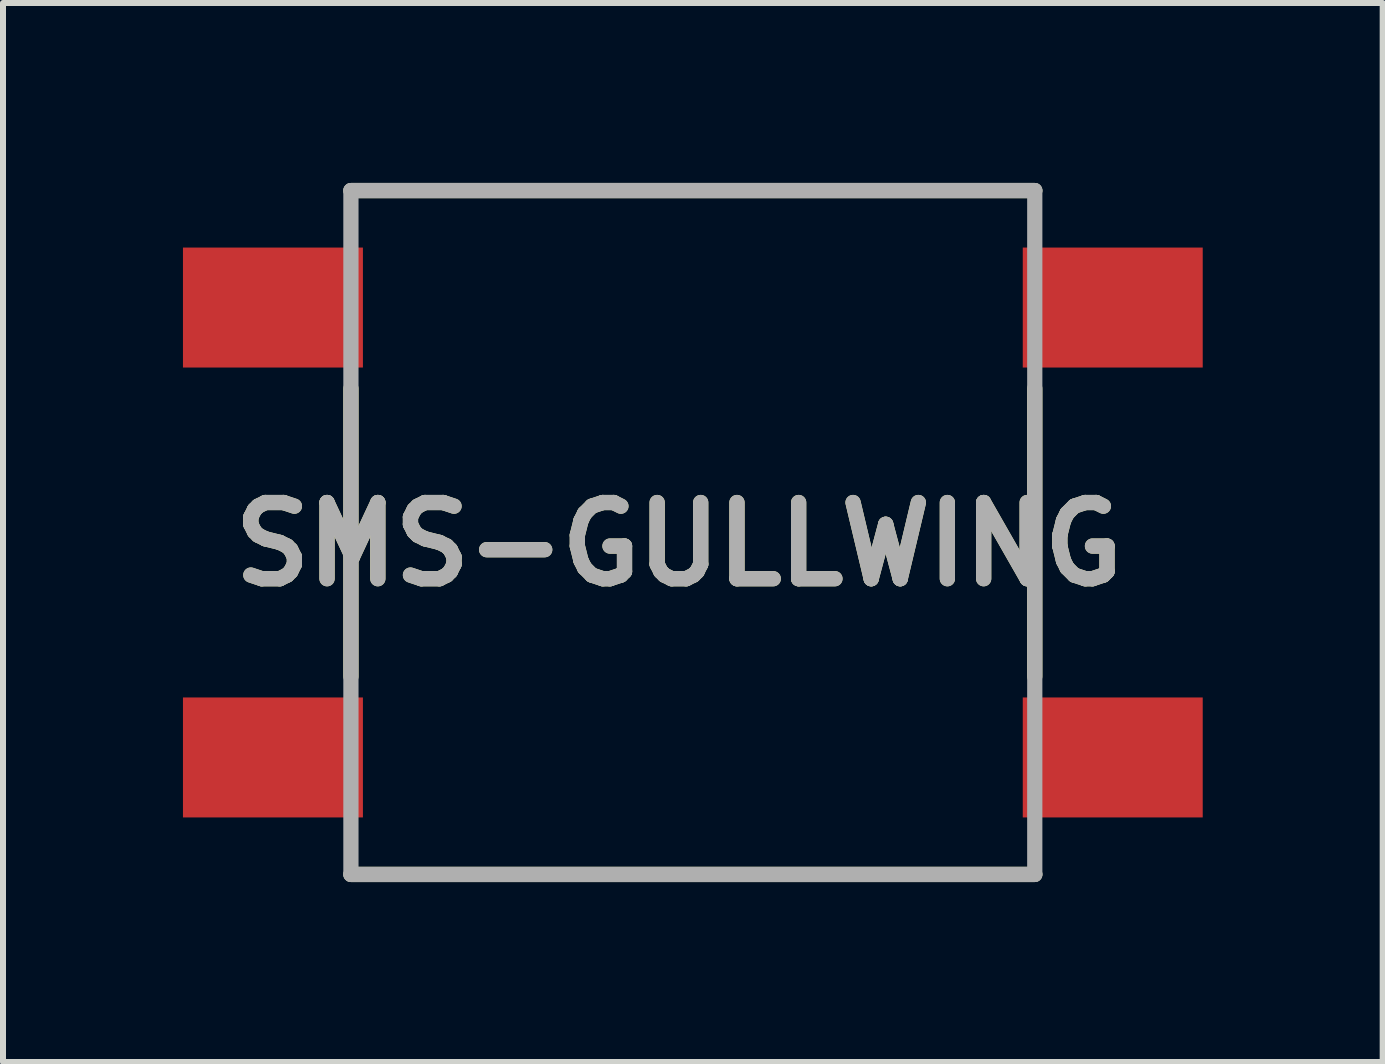
<source format=kicad_pcb>
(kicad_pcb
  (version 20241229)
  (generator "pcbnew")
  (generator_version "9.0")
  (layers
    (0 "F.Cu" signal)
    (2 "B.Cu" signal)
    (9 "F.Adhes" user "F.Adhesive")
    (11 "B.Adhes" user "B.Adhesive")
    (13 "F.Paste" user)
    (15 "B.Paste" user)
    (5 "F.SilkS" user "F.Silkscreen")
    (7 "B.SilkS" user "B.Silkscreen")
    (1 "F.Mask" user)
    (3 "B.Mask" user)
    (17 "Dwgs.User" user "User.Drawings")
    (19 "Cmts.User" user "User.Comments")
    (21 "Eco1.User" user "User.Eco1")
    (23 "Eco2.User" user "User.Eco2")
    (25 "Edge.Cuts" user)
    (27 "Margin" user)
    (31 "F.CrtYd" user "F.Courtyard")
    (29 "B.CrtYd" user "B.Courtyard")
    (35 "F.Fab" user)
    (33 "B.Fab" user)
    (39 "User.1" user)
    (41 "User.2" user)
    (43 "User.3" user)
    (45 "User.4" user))
  (footprint "SMS-GULLWING"
    (layer "F.Cu")
    (at 8.5 5.827)
    (property "Reference" "SMS-GULLWING" (at -0.232 0.196 0) (layer "F.SilkS") (effects (font (size 1.27 1.27) (thickness 0.254))))
    (attr smd)
    (fp_line (start -5.7 -5.7) (end 5.7 -5.7) (stroke (width 0.254) (type solid)) (layer "F.SilkS"))
    (fp_line (start -5.7 -2.4) (end -5.7 2.4) (stroke (width 0.254) (type solid)) (layer "F.SilkS"))
    (fp_line (start -5.7 5.7) (end 5.7 5.7) (stroke (width 0.254) (type solid)) (layer "F.SilkS"))
    (fp_line (start 5.7 -2.4) (end 5.7 2.4) (stroke (width 0.254) (type solid)) (layer "F.SilkS"))
    (fp_line (start -5.7 -5.7) (end 5.7 -5.7) (stroke (width 0.254) (type solid)) (layer "F.Fab"))
    (fp_line (start -5.7 5.7) (end -5.7 -5.7) (stroke (width 0.254) (type solid)) (layer "F.Fab"))
    (fp_line (start 5.7 -5.7) (end 5.7 5.7) (stroke (width 0.254) (type solid)) (layer "F.Fab"))
    (fp_line (start 5.7 5.7) (end -5.7 5.7) (stroke (width 0.254) (type solid)) (layer "F.Fab"))
    (fp_text user "${REFERENCE}" (at -0.232 0.196 0) (layer "F.Fab") (effects (font (size 1.27 1.27) (thickness 0.254))))
    (pad "1" smd rect (at -7 3.75 90) (size 2 3) (layers "F.Cu" "F.Mask" "F.Paste"))
    (pad "2" smd rect (at 7 3.75 90) (size 2 3) (layers "F.Cu" "F.Mask" "F.Paste"))
    (pad "3" smd rect (at 7 -3.75 90) (size 2 3) (layers "F.Cu" "F.Mask" "F.Paste"))
    (pad "4" smd rect (at -7 -3.75 90) (size 2 3) (layers "F.Cu" "F.Mask" "F.Paste")))
  (gr_rect
    (start -3 -3)
    (end 20 14.654)
    (stroke (width 0.1) (type default))
    (fill no)
    (layer "Edge.Cuts")))
</source>
